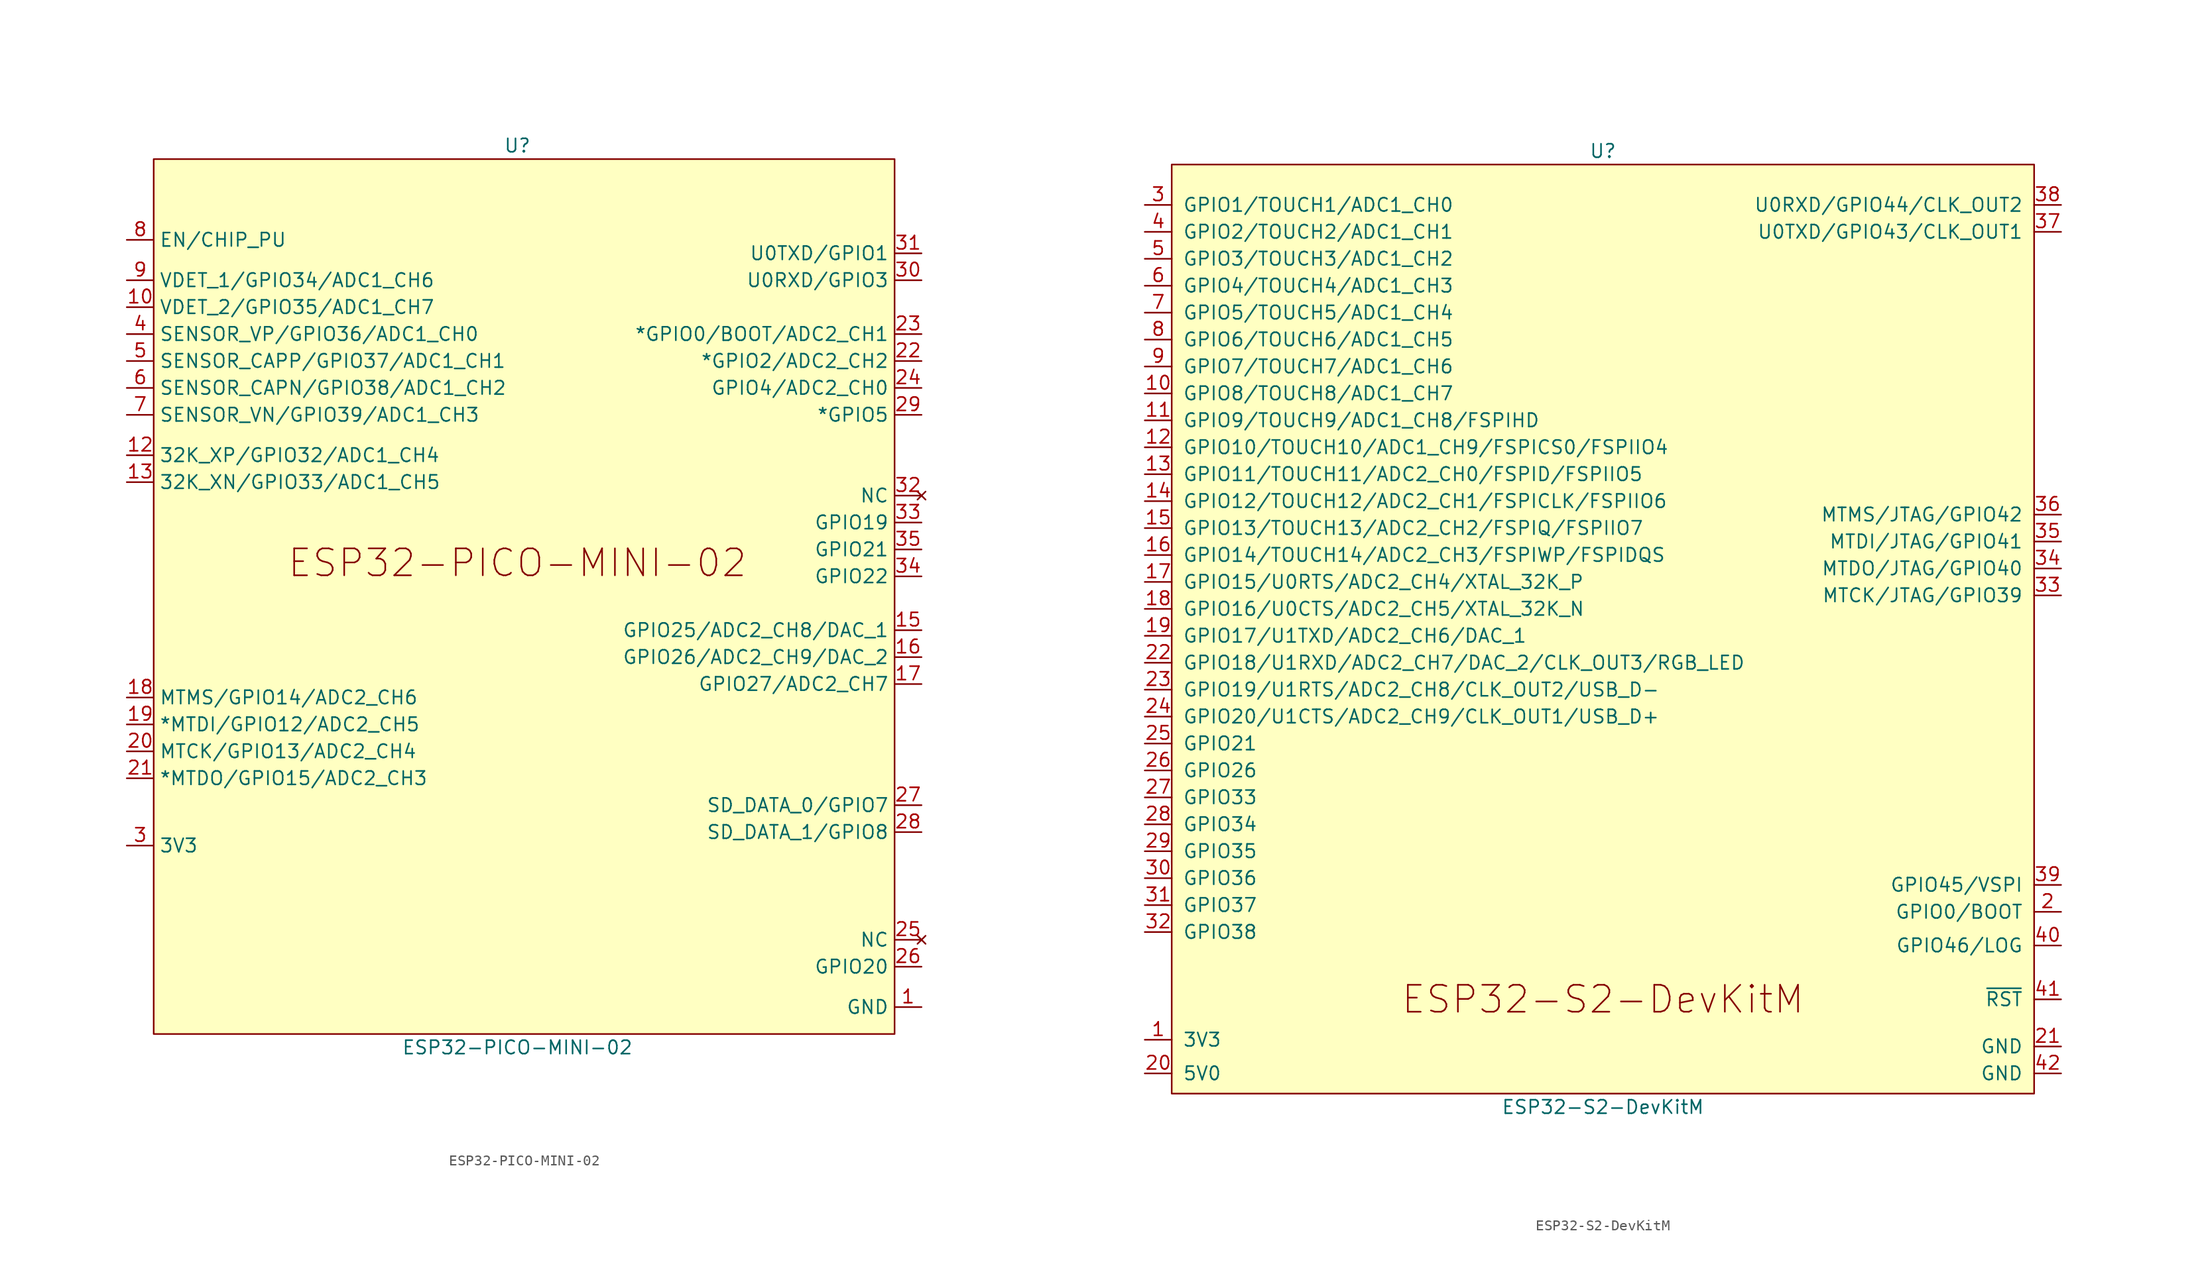
<source format=kicad_sym>
(kicad_symbol_lib
  (version 20220914)
  (generator kicad_symbol_editor)
  (symbol "ESP32-PICO-MINI-02"
    (property "Reference" "U"
      (at 0 43.18 0)
      (effects (font (size 1.27 1.27))))
    (property "Value" "ESP32-PICO-MINI-02"
      (at 0 -41.91 0)
      (effects (font (size 1.27 1.27))))
    (symbol "ESP32-PICO-MINI-02_0_0"
      (text "ESP32-PICO-MINI-02" (at 0 3.81 0) (effects (font (size 2.54 2.54)))))
    (symbol "ESP32-PICO-MINI-02_0_1"
      (rectangle (start -34.29 41.91) (end 35.56 -40.64) (stroke (width 0) (type default)) (fill (type background))))
    (symbol "ESP32-PICO-MINI-02_1_1"
      (pin power_in line (at 38.1 -38.1 180) (length 2.54) (name "GND" (effects (font (size 1.27 1.27)))) (number "1" (effects (font (size 1.27 1.27)))))
      (pin input line (at -36.83 27.94 0) (length 2.54) (name "VDET_2/GPIO35/ADC1_CH7" (effects (font (size 1.27 1.27)))) (number "10" (effects (font (size 1.27 1.27)))))
      (pin power_in line (at 38.1 -38.1 180) (length 2.54) hide (name "GND" (effects (font (size 1.27 1.27)))) (number "11" (effects (font (size 1.27 1.27)))))
      (pin bidirectional line (at -36.83 13.97 0) (length 2.54) (name "32K_XP/GPIO32/ADC1_CH4" (effects (font (size 1.27 1.27)))) (number "12" (effects (font (size 1.27 1.27)))))
      (pin bidirectional line (at -36.83 11.43 0) (length 2.54) (name "32K_XN/GPIO33/ADC1_CH5" (effects (font (size 1.27 1.27)))) (number "13" (effects (font (size 1.27 1.27)))))
      (pin power_in line (at 38.1 -38.1 180) (length 2.54) hide (name "GND" (effects (font (size 1.27 1.27)))) (number "14" (effects (font (size 1.27 1.27)))))
      (pin bidirectional line (at 38.1 -2.54 180) (length 2.54) (name "GPIO25/ADC2_CH8/DAC_1" (effects (font (size 1.27 1.27)))) (number "15" (effects (font (size 1.27 1.27)))))
      (pin bidirectional line (at 38.1 -5.08 180) (length 2.54) (name "GPIO26/ADC2_CH9/DAC_2" (effects (font (size 1.27 1.27)))) (number "16" (effects (font (size 1.27 1.27)))))
      (pin bidirectional line (at 38.1 -7.62 180) (length 2.54) (name "GPIO27/ADC2_CH7" (effects (font (size 1.27 1.27)))) (number "17" (effects (font (size 1.27 1.27)))))
      (pin bidirectional line (at -36.83 -8.89 0) (length 2.54) (name "MTMS/GPIO14/ADC2_CH6" (effects (font (size 1.27 1.27)))) (number "18" (effects (font (size 1.27 1.27)))))
      (pin bidirectional line (at -36.83 -11.43 0) (length 2.54) (name "*MTDI/GPIO12/ADC2_CH5" (effects (font (size 1.27 1.27)))) (number "19" (effects (font (size 1.27 1.27)))))
      (pin power_in line (at 38.1 -38.1 180) (length 2.54) hide (name "GND" (effects (font (size 1.27 1.27)))) (number "2" (effects (font (size 1.27 1.27)))))
      (pin bidirectional line (at -36.83 -13.97 0) (length 2.54) (name "MTCK/GPIO13/ADC2_CH4" (effects (font (size 1.27 1.27)))) (number "20" (effects (font (size 1.27 1.27)))))
      (pin bidirectional line (at -36.83 -16.51 0) (length 2.54) (name "*MTDO/GPIO15/ADC2_CH3" (effects (font (size 1.27 1.27)))) (number "21" (effects (font (size 1.27 1.27)))))
      (pin bidirectional line (at 38.1 22.86 180) (length 2.54) (name "*GPIO2/ADC2_CH2" (effects (font (size 1.27 1.27)))) (number "22" (effects (font (size 1.27 1.27)))))
      (pin bidirectional line (at 38.1 25.4 180) (length 2.54) (name "*GPIO0/BOOT/ADC2_CH1" (effects (font (size 1.27 1.27)))) (number "23" (effects (font (size 1.27 1.27)))))
      (pin bidirectional line (at 38.1 20.32 180) (length 2.54) (name "GPIO4/ADC2_CH0" (effects (font (size 1.27 1.27)))) (number "24" (effects (font (size 1.27 1.27)))))
      (pin no_connect line (at 38.1 -31.75 180) (length 2.54) (name "NC" (effects (font (size 1.27 1.27)))) (number "25" (effects (font (size 1.27 1.27)))))
      (pin bidirectional line (at 38.1 -34.29 180) (length 2.54) (name "GPIO20" (effects (font (size 1.27 1.27)))) (number "26" (effects (font (size 1.27 1.27)))))
      (pin bidirectional line (at 38.1 -19.05 180) (length 2.54) (name "SD_DATA_0/GPIO7" (effects (font (size 1.27 1.27)))) (number "27" (effects (font (size 1.27 1.27)))))
      (pin bidirectional line (at 38.1 -21.59 180) (length 2.54) (name "SD_DATA_1/GPIO8" (effects (font (size 1.27 1.27)))) (number "28" (effects (font (size 1.27 1.27)))))
      (pin bidirectional line (at 38.1 17.78 180) (length 2.54) (name "*GPIO5" (effects (font (size 1.27 1.27)))) (number "29" (effects (font (size 1.27 1.27)))))
      (pin power_in line (at -36.83 -22.86 0) (length 2.54) (name "3V3" (effects (font (size 1.27 1.27)))) (number "3" (effects (font (size 1.27 1.27)))))
      (pin bidirectional line (at 38.1 30.48 180) (length 2.54) (name "U0RXD/GPIO3" (effects (font (size 1.27 1.27)))) (number "30" (effects (font (size 1.27 1.27)))))
      (pin bidirectional line (at 38.1 33.02 180) (length 2.54) (name "U0TXD/GPIO1" (effects (font (size 1.27 1.27)))) (number "31" (effects (font (size 1.27 1.27)))))
      (pin no_connect line (at 38.1 10.16 180) (length 2.54) (name "NC" (effects (font (size 1.27 1.27)))) (number "32" (effects (font (size 1.27 1.27)))))
      (pin bidirectional line (at 38.1 7.62 180) (length 2.54) (name "GPIO19" (effects (font (size 1.27 1.27)))) (number "33" (effects (font (size 1.27 1.27)))))
      (pin bidirectional line (at 38.1 2.54 180) (length 2.54) (name "GPIO22" (effects (font (size 1.27 1.27)))) (number "34" (effects (font (size 1.27 1.27)))))
      (pin bidirectional line (at 38.1 5.08 180) (length 2.54) (name "GPIO21" (effects (font (size 1.27 1.27)))) (number "35" (effects (font (size 1.27 1.27)))))
      (pin power_in line (at 38.1 -38.1 180) (length 2.54) hide (name "GND" (effects (font (size 1.27 1.27)))) (number "36" (effects (font (size 1.27 1.27)))))
      (pin input line (at -36.83 25.4 0) (length 2.54) (name "SENSOR_VP/GPIO36/ADC1_CH0" (effects (font (size 1.27 1.27)))) (number "4" (effects (font (size 1.27 1.27)))))
      (pin input line (at -36.83 22.86 0) (length 2.54) (name "SENSOR_CAPP/GPIO37/ADC1_CH1" (effects (font (size 1.27 1.27)))) (number "5" (effects (font (size 1.27 1.27)))))
      (pin input line (at -36.83 20.32 0) (length 2.54) (name "SENSOR_CAPN/GPIO38/ADC1_CH2" (effects (font (size 1.27 1.27)))) (number "6" (effects (font (size 1.27 1.27)))))
      (pin input line (at -36.83 17.78 0) (length 2.54) (name "SENSOR_VN/GPIO39/ADC1_CH3" (effects (font (size 1.27 1.27)))) (number "7" (effects (font (size 1.27 1.27)))))
      (pin input line (at -36.83 34.29 0) (length 2.54) (name "EN/CHIP_PU" (effects (font (size 1.27 1.27)))) (number "8" (effects (font (size 1.27 1.27)))))
      (pin input line (at -36.83 30.48 0) (length 2.54) (name "VDET_1/GPIO34/ADC1_CH6" (effects (font (size 1.27 1.27)))) (number "9" (effects (font (size 1.27 1.27)))))))
  (symbol "ESP32-S2-DevKitM"
    (pin_names
      (offset 1.016))
    (property "Reference" "U"
      (at 0 43.18 0)
      (effects (font (size 1.27 1.27))))
    (property "Value" "ESP32-S2-DevKitM"
      (at 0 -46.99 0)
      (effects (font (size 1.27 1.27))))
    (symbol "ESP32-S2-DevKitM_0_1"
      (rectangle (start -40.64 41.91) (end 40.64 -45.72) (stroke (width 0) (type default)) (fill (type background))))
    (symbol "ESP32-S2-DevKitM_1_1"
      (text "ESP32-S2-DevKitM" (at 0 -36.83 0) (effects (font (size 2.54 2.54))))
      (pin power_out line (at -43.18 -40.64 0) (length 2.54) (name "3V3" (effects (font (size 1.27 1.27)))) (number "1" (effects (font (size 1.27 1.27)))))
      (pin bidirectional line (at -43.18 20.32 0) (length 2.54) (name "GPIO8/TOUCH8/ADC1_CH7" (effects (font (size 1.27 1.27)))) (number "10" (effects (font (size 1.27 1.27)))))
      (pin bidirectional line (at -43.18 17.78 0) (length 2.54) (name "GPIO9/TOUCH9/ADC1_CH8/FSPIHD" (effects (font (size 1.27 1.27)))) (number "11" (effects (font (size 1.27 1.27)))))
      (pin bidirectional line (at -43.18 15.24 0) (length 2.54) (name "GPIO10/TOUCH10/ADC1_CH9/FSPICS0/FSPIIO4" (effects (font (size 1.27 1.27)))) (number "12" (effects (font (size 1.27 1.27)))))
      (pin bidirectional line (at -43.18 12.7 0) (length 2.54) (name "GPIO11/TOUCH11/ADC2_CH0/FSPID/FSPIIO5" (effects (font (size 1.27 1.27)))) (number "13" (effects (font (size 1.27 1.27)))))
      (pin bidirectional line (at -43.18 10.16 0) (length 2.54) (name "GPIO12/TOUCH12/ADC2_CH1/FSPICLK/FSPIIO6" (effects (font (size 1.27 1.27)))) (number "14" (effects (font (size 1.27 1.27)))))
      (pin bidirectional line (at -43.18 7.62 0) (length 2.54) (name "GPIO13/TOUCH13/ADC2_CH2/FSPIQ/FSPIIO7" (effects (font (size 1.27 1.27)))) (number "15" (effects (font (size 1.27 1.27)))))
      (pin bidirectional line (at -43.18 5.08 0) (length 2.54) (name "GPIO14/TOUCH14/ADC2_CH3/FSPIWP/FSPIDQS" (effects (font (size 1.27 1.27)))) (number "16" (effects (font (size 1.27 1.27)))))
      (pin bidirectional line (at -43.18 2.54 0) (length 2.54) (name "GPIO15/U0RTS/ADC2_CH4/XTAL_32K_P" (effects (font (size 1.27 1.27)))) (number "17" (effects (font (size 1.27 1.27)))))
      (pin bidirectional line (at -43.18 0 0) (length 2.54) (name "GPIO16/U0CTS/ADC2_CH5/XTAL_32K_N" (effects (font (size 1.27 1.27)))) (number "18" (effects (font (size 1.27 1.27)))))
      (pin bidirectional line (at -43.18 -2.54 0) (length 2.54) (name "GPIO17/U1TXD/ADC2_CH6/DAC_1" (effects (font (size 1.27 1.27)))) (number "19" (effects (font (size 1.27 1.27)))))
      (pin bidirectional line (at 43.18 -28.575 180) (length 2.54) (name "GPIO0/BOOT" (effects (font (size 1.27 1.27)))) (number "2" (effects (font (size 1.27 1.27)))))
      (pin power_in line (at -43.18 -43.815 0) (length 2.54) (name "5V0" (effects (font (size 1.27 1.27)))) (number "20" (effects (font (size 1.27 1.27)))))
      (pin power_in line (at 43.18 -41.275 180) (length 2.54) (name "GND" (effects (font (size 1.27 1.27)))) (number "21" (effects (font (size 1.27 1.27)))))
      (pin bidirectional line (at -43.18 -5.08 0) (length 2.54) (name "GPIO18/U1RXD/ADC2_CH7/DAC_2/CLK_OUT3/RGB_LED" (effects (font (size 1.27 1.27)))) (number "22" (effects (font (size 1.27 1.27)))))
      (pin bidirectional line (at -43.18 -7.62 0) (length 2.54) (name "GPIO19/U1RTS/ADC2_CH8/CLK_OUT2/USB_D-" (effects (font (size 1.27 1.27)))) (number "23" (effects (font (size 1.27 1.27)))))
      (pin bidirectional line (at -43.18 -10.16 0) (length 2.54) (name "GPIO20/U1CTS/ADC2_CH9/CLK_OUT1/USB_D+" (effects (font (size 1.27 1.27)))) (number "24" (effects (font (size 1.27 1.27)))))
      (pin bidirectional line (at -43.18 -12.7 0) (length 2.54) (name "GPIO21" (effects (font (size 1.27 1.27)))) (number "25" (effects (font (size 1.27 1.27)))))
      (pin bidirectional line (at -43.18 -15.24 0) (length 2.54) (name "GPIO26" (effects (font (size 1.27 1.27)))) (number "26" (effects (font (size 1.27 1.27)))))
      (pin bidirectional line (at -43.18 -17.78 0) (length 2.54) (name "GPIO33" (effects (font (size 1.27 1.27)))) (number "27" (effects (font (size 1.27 1.27)))))
      (pin bidirectional line (at -43.18 -20.32 0) (length 2.54) (name "GPIO34" (effects (font (size 1.27 1.27)))) (number "28" (effects (font (size 1.27 1.27)))))
      (pin bidirectional line (at -43.18 -22.86 0) (length 2.54) (name "GPIO35" (effects (font (size 1.27 1.27)))) (number "29" (effects (font (size 1.27 1.27)))))
      (pin bidirectional line (at -43.18 38.1 0) (length 2.54) (name "GPIO1/TOUCH1/ADC1_CH0" (effects (font (size 1.27 1.27)))) (number "3" (effects (font (size 1.27 1.27)))))
      (pin bidirectional line (at -43.18 -25.4 0) (length 2.54) (name "GPIO36" (effects (font (size 1.27 1.27)))) (number "30" (effects (font (size 1.27 1.27)))))
      (pin bidirectional line (at -43.18 -27.94 0) (length 2.54) (name "GPIO37" (effects (font (size 1.27 1.27)))) (number "31" (effects (font (size 1.27 1.27)))))
      (pin bidirectional line (at -43.18 -30.48 0) (length 2.54) (name "GPIO38" (effects (font (size 1.27 1.27)))) (number "32" (effects (font (size 1.27 1.27)))))
      (pin bidirectional line (at 43.18 1.27 180) (length 2.54) (name "MTCK/JTAG/GPIO39" (effects (font (size 1.27 1.27)))) (number "33" (effects (font (size 1.27 1.27)))))
      (pin bidirectional line (at 43.18 3.81 180) (length 2.54) (name "MTDO/JTAG/GPIO40" (effects (font (size 1.27 1.27)))) (number "34" (effects (font (size 1.27 1.27)))))
      (pin bidirectional line (at 43.18 6.35 180) (length 2.54) (name "MTDI/JTAG/GPIO41" (effects (font (size 1.27 1.27)))) (number "35" (effects (font (size 1.27 1.27)))))
      (pin bidirectional line (at 43.18 8.89 180) (length 2.54) (name "MTMS/JTAG/GPIO42" (effects (font (size 1.27 1.27)))) (number "36" (effects (font (size 1.27 1.27)))))
      (pin bidirectional line (at 43.18 35.56 180) (length 2.54) (name "U0TXD/GPIO43/CLK_OUT1" (effects (font (size 1.27 1.27)))) (number "37" (effects (font (size 1.27 1.27)))))
      (pin bidirectional line (at 43.18 38.1 180) (length 2.54) (name "U0RXD/GPIO44/CLK_OUT2" (effects (font (size 1.27 1.27)))) (number "38" (effects (font (size 1.27 1.27)))))
      (pin bidirectional line (at 43.18 -26.035 180) (length 2.54) (name "GPIO45/VSPI" (effects (font (size 1.27 1.27)))) (number "39" (effects (font (size 1.27 1.27)))))
      (pin bidirectional line (at -43.18 35.56 0) (length 2.54) (name "GPIO2/TOUCH2/ADC1_CH1" (effects (font (size 1.27 1.27)))) (number "4" (effects (font (size 1.27 1.27)))))
      (pin input line (at 43.18 -31.75 180) (length 2.54) (name "GPIO46/LOG" (effects (font (size 1.27 1.27)))) (number "40" (effects (font (size 1.27 1.27)))))
      (pin input line (at 43.18 -36.83 180) (length 2.54) (name "~{RST}" (effects (font (size 1.27 1.27)))) (number "41" (effects (font (size 1.27 1.27)))))
      (pin power_in line (at 43.18 -43.815 180) (length 2.54) (name "GND" (effects (font (size 1.27 1.27)))) (number "42" (effects (font (size 1.27 1.27)))))
      (pin bidirectional line (at -43.18 33.02 0) (length 2.54) (name "GPIO3/TOUCH3/ADC1_CH2" (effects (font (size 1.27 1.27)))) (number "5" (effects (font (size 1.27 1.27)))))
      (pin bidirectional line (at -43.18 30.48 0) (length 2.54) (name "GPIO4/TOUCH4/ADC1_CH3" (effects (font (size 1.27 1.27)))) (number "6" (effects (font (size 1.27 1.27)))))
      (pin bidirectional line (at -43.18 27.94 0) (length 2.54) (name "GPIO5/TOUCH5/ADC1_CH4" (effects (font (size 1.27 1.27)))) (number "7" (effects (font (size 1.27 1.27)))))
      (pin bidirectional line (at -43.18 25.4 0) (length 2.54) (name "GPIO6/TOUCH6/ADC1_CH5" (effects (font (size 1.27 1.27)))) (number "8" (effects (font (size 1.27 1.27)))))
      (pin bidirectional line (at -43.18 22.86 0) (length 2.54) (name "GPIO7/TOUCH7/ADC1_CH6" (effects (font (size 1.27 1.27)))) (number "9" (effects (font (size 1.27 1.27))))))))
</source>
